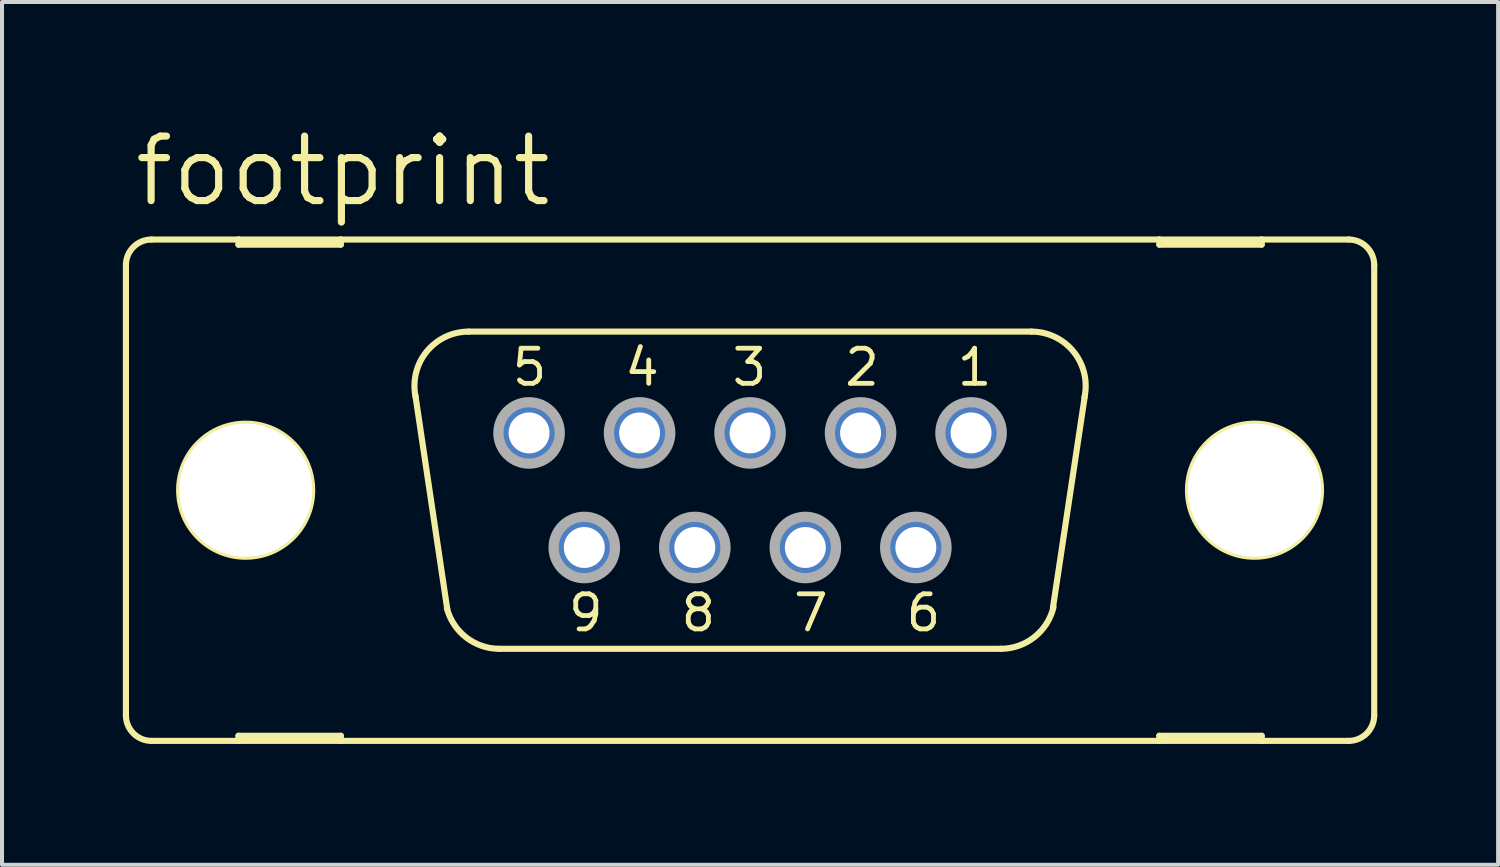
<source format=kicad_pcb>
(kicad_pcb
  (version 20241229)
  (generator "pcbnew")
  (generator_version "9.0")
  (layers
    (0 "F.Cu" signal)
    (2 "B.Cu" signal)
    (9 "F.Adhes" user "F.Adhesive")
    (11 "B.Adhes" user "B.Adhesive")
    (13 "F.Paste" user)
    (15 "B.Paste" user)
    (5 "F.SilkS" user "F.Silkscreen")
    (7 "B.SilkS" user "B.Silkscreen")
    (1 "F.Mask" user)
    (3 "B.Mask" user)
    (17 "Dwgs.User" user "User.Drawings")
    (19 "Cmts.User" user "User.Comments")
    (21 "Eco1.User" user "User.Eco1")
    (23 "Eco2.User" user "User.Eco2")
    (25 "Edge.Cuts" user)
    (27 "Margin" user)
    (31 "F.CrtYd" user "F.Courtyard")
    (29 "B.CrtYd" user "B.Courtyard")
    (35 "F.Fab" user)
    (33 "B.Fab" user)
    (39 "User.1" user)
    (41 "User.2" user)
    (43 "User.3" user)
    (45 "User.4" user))
  (footprint "footprint"
    (layer "F.Cu")
    (at 15.57 9.119)
    (property "Reference" "footprint" (at -15.367 -6.985 0) (layer "F.SilkS") (effects (font (size 1.6 1.6) (thickness 0.178)) (justify left bottom)))
    (fp_line (start -15.494 -5.588) (end -15.494 5.588) (stroke (width 0.152) (type solid)) (layer "F.SilkS"))
    (fp_line (start -14.859 6.223) (end -12.7 6.223) (stroke (width 0.152) (type solid)) (layer "F.SilkS"))
    (fp_line (start -12.7 -6.223) (end -14.859 -6.223) (stroke (width 0.152) (type solid)) (layer "F.SilkS"))
    (fp_line (start -12.7 -6.223) (end -12.7 -6.096) (stroke (width 0.152) (type solid)) (layer "F.SilkS"))
    (fp_line (start -12.7 -6.096) (end -10.16 -6.096) (stroke (width 0.152) (type solid)) (layer "F.SilkS"))
    (fp_line (start -12.7 6.096) (end -10.16 6.096) (stroke (width 0.152) (type solid)) (layer "F.SilkS"))
    (fp_line (start -12.7 6.223) (end -12.7 6.096) (stroke (width 0.152) (type solid)) (layer "F.SilkS"))
    (fp_line (start -12.7 6.223) (end -10.16 6.223) (stroke (width 0.152) (type solid)) (layer "F.SilkS"))
    (fp_line (start -10.16 -6.223) (end -12.7 -6.223) (stroke (width 0.152) (type solid)) (layer "F.SilkS"))
    (fp_line (start -10.16 -6.096) (end -10.16 -6.223) (stroke (width 0.152) (type solid)) (layer "F.SilkS"))
    (fp_line (start -10.16 6.096) (end -10.16 6.223) (stroke (width 0.152) (type solid)) (layer "F.SilkS"))
    (fp_line (start -10.16 6.223) (end 10.16 6.223) (stroke (width 0.152) (type solid)) (layer "F.SilkS"))
    (fp_line (start -7.518 2.946) (end -8.306 -2.337) (stroke (width 0.152) (type solid)) (layer "F.SilkS"))
    (fp_line (start -6.985 -3.937) (end 6.985 -3.937) (stroke (width 0.152) (type solid)) (layer "F.SilkS"))
    (fp_line (start -6.223 3.937) (end 6.223 3.937) (stroke (width 0.152) (type solid)) (layer "F.SilkS"))
    (fp_line (start 8.306 -2.311) (end 7.518 2.921) (stroke (width 0.152) (type solid)) (layer "F.SilkS"))
    (fp_line (start 10.16 -6.223) (end -10.16 -6.223) (stroke (width 0.152) (type solid)) (layer "F.SilkS"))
    (fp_line (start 10.16 -6.223) (end 10.16 -6.096) (stroke (width 0.152) (type solid)) (layer "F.SilkS"))
    (fp_line (start 10.16 -6.096) (end 12.7 -6.096) (stroke (width 0.152) (type solid)) (layer "F.SilkS"))
    (fp_line (start 10.16 6.096) (end 12.7 6.096) (stroke (width 0.152) (type solid)) (layer "F.SilkS"))
    (fp_line (start 10.16 6.223) (end 10.16 6.096) (stroke (width 0.152) (type solid)) (layer "F.SilkS"))
    (fp_line (start 10.16 6.223) (end 12.7 6.223) (stroke (width 0.152) (type solid)) (layer "F.SilkS"))
    (fp_line (start 12.7 -6.223) (end 10.16 -6.223) (stroke (width 0.152) (type solid)) (layer "F.SilkS"))
    (fp_line (start 12.7 -6.096) (end 12.7 -6.223) (stroke (width 0.152) (type solid)) (layer "F.SilkS"))
    (fp_line (start 12.7 6.096) (end 12.7 6.223) (stroke (width 0.152) (type solid)) (layer "F.SilkS"))
    (fp_line (start 12.7 6.223) (end 14.859 6.223) (stroke (width 0.152) (type solid)) (layer "F.SilkS"))
    (fp_line (start 14.859 -6.223) (end 12.7 -6.223) (stroke (width 0.152) (type solid)) (layer "F.SilkS"))
    (fp_line (start 15.494 -5.588) (end 15.494 5.588) (stroke (width 0.152) (type solid)) (layer "F.SilkS"))
    (fp_arc (start -15.494 -5.588) (mid -15.308013 -6.037013) (end -14.859 -6.223) (stroke (width 0.1524) (type solid)) (layer "F.SilkS"))
    (fp_arc (start -14.859 6.223) (mid -15.308013 6.037013) (end -15.494 5.588) (stroke (width 0.1524) (type solid)) (layer "F.SilkS"))
    (fp_arc (start -8.3051 -2.3268) (mid -8.026082 -3.444284) (end -6.985 -3.937) (stroke (width 0.1524) (type solid)) (layer "F.SilkS"))
    (fp_arc (start -6.223 3.937) (mid -7.0465 3.655745) (end -7.5259 2.9295) (stroke (width 0.1524) (type solid)) (layer "F.SilkS"))
    (fp_arc (start 6.985 -3.937) (mid 8.033557 -3.435183) (end 8.300499 -2.303798) (stroke (width 0.1524) (type solid)) (layer "F.SilkS"))
    (fp_arc (start 7.531701 2.904999) (mid 7.056257 3.647874) (end 6.223 3.937) (stroke (width 0.1524) (type solid)) (layer "F.SilkS"))
    (fp_arc (start 14.859 -6.223) (mid 15.308013 -6.037013) (end 15.494 -5.588) (stroke (width 0.1524) (type solid)) (layer "F.SilkS"))
    (fp_arc (start 15.494 5.588) (mid 15.308013 6.037013) (end 14.859 6.223) (stroke (width 0.1524) (type solid)) (layer "F.SilkS"))
    (fp_circle (center -12.522 0) (end -10.871 0) (stroke (width 0.152) (type solid)) (fill no) (layer "F.SilkS"))
    (fp_circle (center 12.522 0) (end 14.173 0) (stroke (width 0.152) (type solid)) (fill no) (layer "F.SilkS"))
    (fp_circle (center -5.486 -1.422) (end -4.724 -1.422) (stroke (width 0.254) (type solid)) (fill no) (layer "F.Fab"))
    (fp_circle (center -4.115 1.422) (end -3.353 1.422) (stroke (width 0.254) (type solid)) (fill no) (layer "F.Fab"))
    (fp_circle (center -2.743 -1.422) (end -1.981 -1.422) (stroke (width 0.254) (type solid)) (fill no) (layer "F.Fab"))
    (fp_circle (center -1.372 1.422) (end -0.61 1.422) (stroke (width 0.254) (type solid)) (fill no) (layer "F.Fab"))
    (fp_circle (center 0 -1.422) (end 0.762 -1.422) (stroke (width 0.254) (type solid)) (fill no) (layer "F.Fab"))
    (fp_circle (center 1.372 1.422) (end 2.134 1.422) (stroke (width 0.254) (type solid)) (fill no) (layer "F.Fab"))
    (fp_circle (center 2.743 -1.422) (end 3.505 -1.422) (stroke (width 0.254) (type solid)) (fill no) (layer "F.Fab"))
    (fp_circle (center 4.115 1.422) (end 4.877 1.422) (stroke (width 0.254) (type solid)) (fill no) (layer "F.Fab"))
    (fp_circle (center 5.486 -1.422) (end 6.248 -1.422) (stroke (width 0.254) (type solid)) (fill no) (layer "F.Fab"))
    (fp_text user "2" (at 2.286 -2.54 0) (layer "F.SilkS") (effects (font (size 0.872 0.872) (thickness 0.119)) (justify left bottom)))
    (fp_text user "8" (at -1.778 3.556 0) (layer "F.SilkS") (effects (font (size 0.872 0.872) (thickness 0.119)) (justify left bottom)))
    (fp_text user "1" (at 5.08 -2.54 0) (layer "F.SilkS") (effects (font (size 0.872 0.872) (thickness 0.119)) (justify left bottom)))
    (fp_text user "9" (at -4.572 3.556 0) (layer "F.SilkS") (effects (font (size 0.872 0.872) (thickness 0.119)) (justify left bottom)))
    (fp_text user "3" (at -0.508 -2.54 0) (layer "F.SilkS") (effects (font (size 0.872 0.872) (thickness 0.119)) (justify left bottom)))
    (fp_text user "4" (at -3.175 -2.54 0) (layer "F.SilkS") (effects (font (size 0.872 0.872) (thickness 0.119)) (justify left bottom)))
    (fp_text user "7" (at 1.016 3.556 0) (layer "F.SilkS") (effects (font (size 0.872 0.872) (thickness 0.119)) (justify left bottom)))
    (fp_text user "5" (at -5.969 -2.54 0) (layer "F.SilkS") (effects (font (size 0.872 0.872) (thickness 0.119)) (justify left bottom)))
    (fp_text user "6" (at 3.81 3.556 0) (layer "F.SilkS") (effects (font (size 0.872 0.872) (thickness 0.119)) (justify left bottom)))
    (pad "" np_thru_hole circle (at -12.522 0) (size 3.302 3.302) (drill 3.302) (layers "*.Cu" "*.Mask"))
    (pad "" np_thru_hole circle (at 12.522 0) (size 3.302 3.302) (drill 3.302) (layers "*.Cu" "*.Mask"))
    (pad "1" thru_hole roundrect (at 5.486 -1.422) (size 1.524 1.524) (drill 1.016) (layers "*.Cu" "*.Mask") (roundrect_rratio 0.25) (chamfer_ratio 0.25) (chamfer top_left top_right bottom_left bottom_right))
    (pad "2" thru_hole roundrect (at 2.743 -1.422) (size 1.524 1.524) (drill 1.016) (layers "*.Cu" "*.Mask") (roundrect_rratio 0.25) (chamfer_ratio 0.25) (chamfer top_left top_right bottom_left bottom_right))
    (pad "3" thru_hole roundrect (at 0 -1.422) (size 1.524 1.524) (drill 1.016) (layers "*.Cu" "*.Mask") (roundrect_rratio 0.25) (chamfer_ratio 0.25) (chamfer top_left top_right bottom_left bottom_right))
    (pad "4" thru_hole roundrect (at -2.743 -1.422) (size 1.524 1.524) (drill 1.016) (layers "*.Cu" "*.Mask") (roundrect_rratio 0.25) (chamfer_ratio 0.25) (chamfer top_left top_right bottom_left bottom_right))
    (pad "5" thru_hole roundrect (at -5.486 -1.422) (size 1.524 1.524) (drill 1.016) (layers "*.Cu" "*.Mask") (roundrect_rratio 0.25) (chamfer_ratio 0.25) (chamfer top_left top_right bottom_left bottom_right))
    (pad "6" thru_hole roundrect (at 4.115 1.422) (size 1.524 1.524) (drill 1.016) (layers "*.Cu" "*.Mask") (roundrect_rratio 0.25) (chamfer_ratio 0.25) (chamfer top_left top_right bottom_left bottom_right))
    (pad "7" thru_hole roundrect (at 1.372 1.422) (size 1.524 1.524) (drill 1.016) (layers "*.Cu" "*.Mask") (roundrect_rratio 0.25) (chamfer_ratio 0.25) (chamfer top_left top_right bottom_left bottom_right))
    (pad "8" thru_hole roundrect (at -1.372 1.422) (size 1.524 1.524) (drill 1.016) (layers "*.Cu" "*.Mask") (roundrect_rratio 0.25) (chamfer_ratio 0.25) (chamfer top_left top_right bottom_left bottom_right))
    (pad "9" thru_hole roundrect (at -4.115 1.422) (size 1.524 1.524) (drill 1.016) (layers "*.Cu" "*.Mask") (roundrect_rratio 0.25) (chamfer_ratio 0.25) (chamfer top_left top_right bottom_left bottom_right))
    (zone (net_name "") (layers "F.Cu" "B.Cu") (hatch edge 0.508) (connect_pads) (min_thickness 0.254) (filled_areas_thickness no) (keepout (tracks allowed) (vias not_allowed) (pads allowed) (copperpour allowed) (footprints allowed)) (placement (enabled no)) (fill) (polygon (pts (xy 5.715 9.119) (xy 5.674 8.655) (xy 5.554 8.206) (xy 5.358 7.785) (xy 5.091 7.404) (xy 4.762 7.076) (xy 4.381 6.809) (xy 3.96 6.612) (xy 3.511 6.492) (xy 3.048 6.452) (xy 2.585 6.492) (xy 2.136 6.612) (xy 1.714 6.809) (xy 1.334 7.076) (xy 1.005 7.404) (xy 0.738 7.785) (xy 0.542 8.206) (xy 0.422 8.655) (xy 0.381 9.119) (xy 0.422 9.582) (xy 0.542 10.031) (xy 0.738 10.452) (xy 1.005 10.833) (xy 1.334 11.162) (xy 1.714 11.428) (xy 2.136 11.625) (xy 2.585 11.745) (xy 3.048 11.786) (xy 3.511 11.745) (xy 3.96 11.625) (xy 4.381 11.428) (xy 4.762 11.162) (xy 5.091 10.833) (xy 5.358 10.452) (xy 5.554 10.031) (xy 5.674 9.582))))
    (zone (net_name "") (layers "F.Cu" "B.Cu") (hatch edge 0.508) (connect_pads) (min_thickness 0.254) (filled_areas_thickness no) (keepout (tracks allowed) (vias not_allowed) (pads allowed) (copperpour allowed) (footprints allowed)) (placement (enabled no)) (fill) (polygon (pts (xy 30.759 9.119) (xy 30.719 8.655) (xy 30.599 8.206) (xy 30.402 7.785) (xy 30.135 7.404) (xy 29.807 7.076) (xy 29.426 6.809) (xy 29.005 6.612) (xy 28.556 6.492) (xy 28.092 6.452) (xy 27.629 6.492) (xy 27.18 6.612) (xy 26.759 6.809) (xy 26.378 7.076) (xy 26.049 7.404) (xy 25.783 7.785) (xy 25.586 8.206) (xy 25.466 8.655) (xy 25.425 9.119) (xy 25.466 9.582) (xy 25.586 10.031) (xy 25.783 10.452) (xy 26.049 10.833) (xy 26.378 11.162) (xy 26.759 11.428) (xy 27.18 11.625) (xy 27.629 11.745) (xy 28.092 11.786) (xy 28.556 11.745) (xy 29.005 11.625) (xy 29.426 11.428) (xy 29.807 11.162) (xy 30.135 10.833) (xy 30.402 10.452) (xy 30.599 10.031) (xy 30.719 9.582))))
    (zone (net_name "") (layer "B.Cu") (hatch edge 0.508) (connect_pads) (min_thickness 0.254) (filled_areas_thickness no) (keepout (tracks not_allowed) (vias not_allowed) (pads not_allowed) (copperpour not_allowed) (footprints allowed)) (placement (enabled no)) (fill) (polygon (pts (xy 5.715 9.119) (xy 5.674 8.655) (xy 5.554 8.206) (xy 5.358 7.785) (xy 5.091 7.404) (xy 4.762 7.076) (xy 4.381 6.809) (xy 3.96 6.612) (xy 3.511 6.492) (xy 3.048 6.452) (xy 2.585 6.492) (xy 2.136 6.612) (xy 1.714 6.809) (xy 1.334 7.076) (xy 1.005 7.404) (xy 0.738 7.785) (xy 0.542 8.206) (xy 0.422 8.655) (xy 0.381 9.119) (xy 0.422 9.582) (xy 0.542 10.031) (xy 0.738 10.452) (xy 1.005 10.833) (xy 1.334 11.162) (xy 1.714 11.428) (xy 2.136 11.625) (xy 2.585 11.745) (xy 3.048 11.786) (xy 3.511 11.745) (xy 3.96 11.625) (xy 4.381 11.428) (xy 4.762 11.162) (xy 5.091 10.833) (xy 5.358 10.452) (xy 5.554 10.031) (xy 5.674 9.582))))
    (zone (net_name "") (layer "B.Cu") (hatch edge 0.508) (connect_pads) (min_thickness 0.254) (filled_areas_thickness no) (keepout (tracks not_allowed) (vias not_allowed) (pads not_allowed) (copperpour not_allowed) (footprints allowed)) (placement (enabled no)) (fill) (polygon (pts (xy 30.759 9.119) (xy 30.719 8.655) (xy 30.599 8.206) (xy 30.402 7.785) (xy 30.135 7.404) (xy 29.807 7.076) (xy 29.426 6.809) (xy 29.005 6.612) (xy 28.556 6.492) (xy 28.092 6.452) (xy 27.629 6.492) (xy 27.18 6.612) (xy 26.759 6.809) (xy 26.378 7.076) (xy 26.049 7.404) (xy 25.783 7.785) (xy 25.586 8.206) (xy 25.466 8.655) (xy 25.425 9.119) (xy 25.466 9.582) (xy 25.586 10.031) (xy 25.783 10.452) (xy 26.049 10.833) (xy 26.378 11.162) (xy 26.759 11.428) (xy 27.18 11.625) (xy 27.629 11.745) (xy 28.092 11.786) (xy 28.556 11.745) (xy 29.005 11.625) (xy 29.426 11.428) (xy 29.807 11.162) (xy 30.135 10.833) (xy 30.402 10.452) (xy 30.599 10.031) (xy 30.719 9.582)))))
  (gr_rect
    (start -3 -3)
    (end 34.14 18.418)
    (stroke (width 0.1) (type default))
    (fill no)
    (layer "Edge.Cuts")))
</source>
